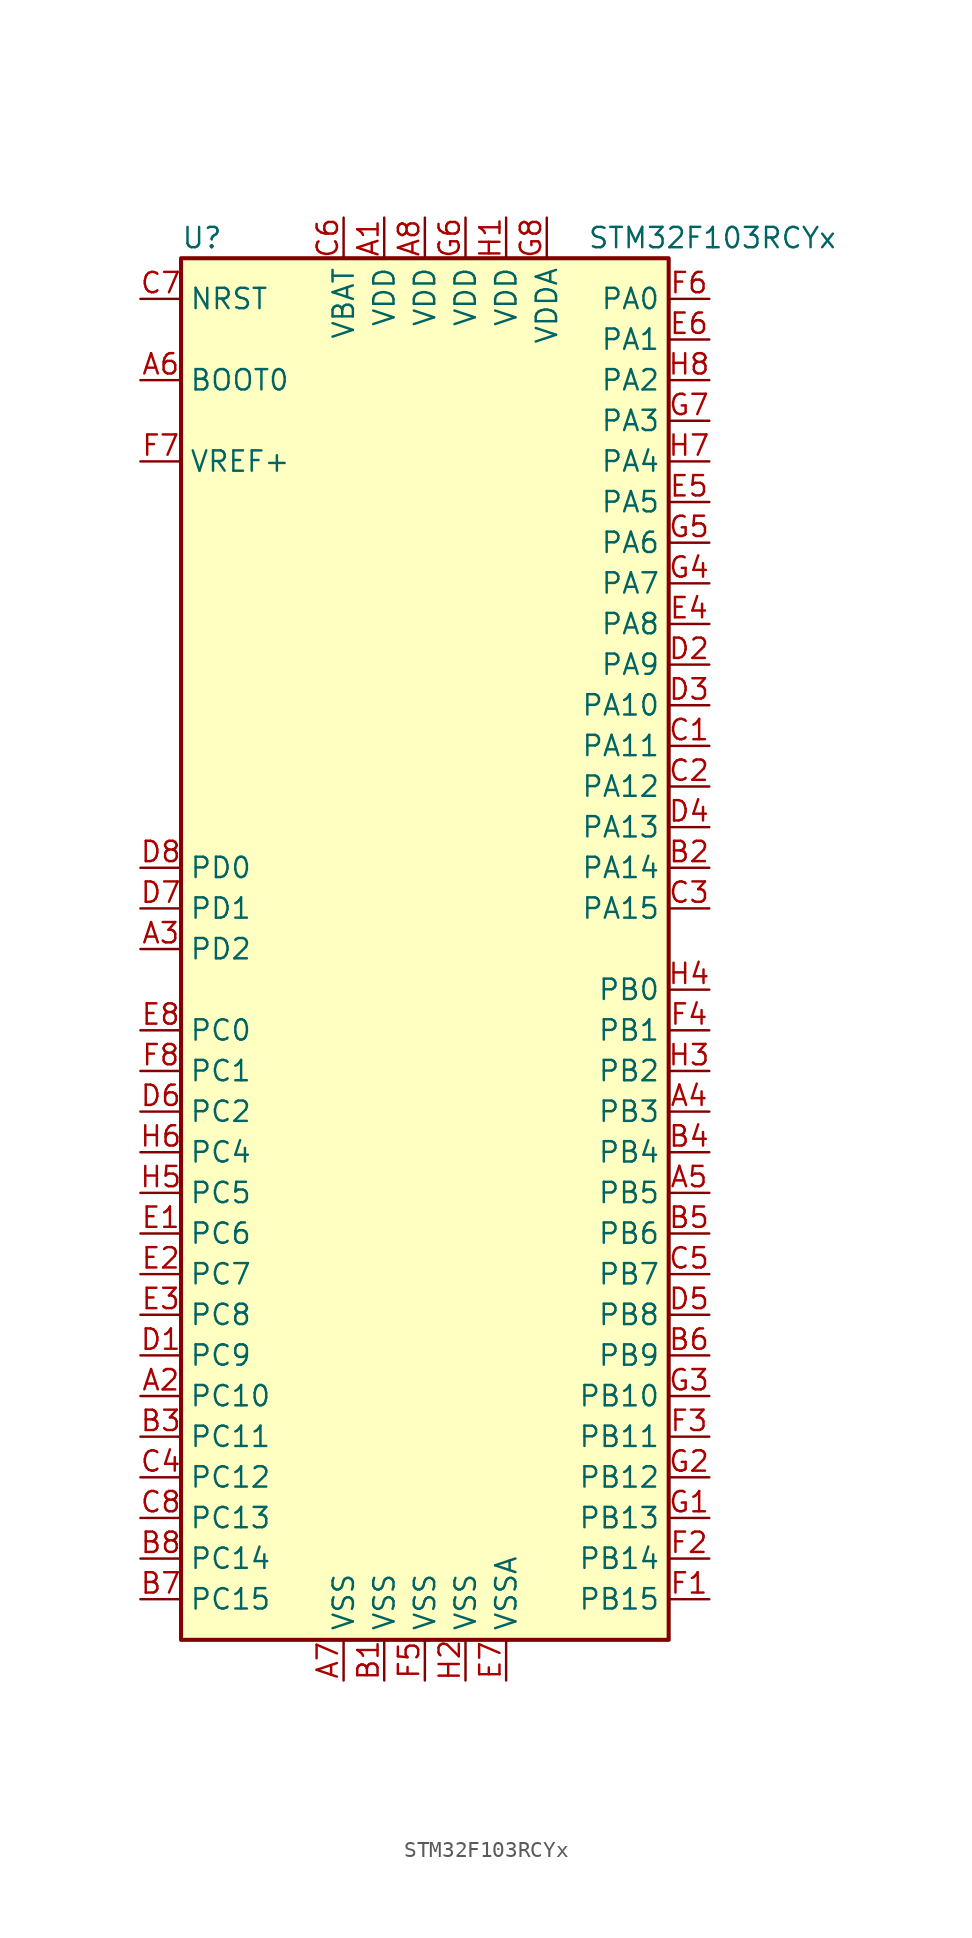
<source format=kicad_sym>
(kicad_symbol_lib
  (version 20211014)
  (generator kicad_symbol_editor)
  (symbol "STM32F103RCYx"
    (property "Reference" "U"
      (at -15.24 44.45 0)
      (effects (font (size 1.27 1.27)) (justify left)))
    (property "Value" "STM32F103RCYx"
      (at 10.16 44.45 0)
      (effects (font (size 1.27 1.27)) (justify left)))
    (symbol "STM32F103RCYx_0_1"
      (rectangle (start -15.24 -43.18) (end 15.24 43.18) (stroke (width 0.254) (type default) (color 0 0 0 0)) (fill (type background))))
    (symbol "STM32F103RCYx_1_1"
      (pin power_in line (at -2.54 45.72 270) (length 2.54) (name "VDD" (effects (font (size 1.27 1.27)))) (number "A1" (effects (font (size 1.27 1.27)))))
      (pin bidirectional line (at -17.78 -27.94 0) (length 2.54) (name "PC10" (effects (font (size 1.27 1.27)))) (number "A2" (effects (font (size 1.27 1.27)))))
      (pin bidirectional line (at -17.78 0 0) (length 2.54) (name "PD2" (effects (font (size 1.27 1.27)))) (number "A3" (effects (font (size 1.27 1.27)))))
      (pin bidirectional line (at 17.78 -10.16 180) (length 2.54) (name "PB3" (effects (font (size 1.27 1.27)))) (number "A4" (effects (font (size 1.27 1.27)))))
      (pin bidirectional line (at 17.78 -15.24 180) (length 2.54) (name "PB5" (effects (font (size 1.27 1.27)))) (number "A5" (effects (font (size 1.27 1.27)))))
      (pin input line (at -17.78 35.56 0) (length 2.54) (name "BOOT0" (effects (font (size 1.27 1.27)))) (number "A6" (effects (font (size 1.27 1.27)))))
      (pin power_in line (at -5.08 -45.72 90) (length 2.54) (name "VSS" (effects (font (size 1.27 1.27)))) (number "A7" (effects (font (size 1.27 1.27)))))
      (pin power_in line (at 0 45.72 270) (length 2.54) (name "VDD" (effects (font (size 1.27 1.27)))) (number "A8" (effects (font (size 1.27 1.27)))))
      (pin power_in line (at -2.54 -45.72 90) (length 2.54) (name "VSS" (effects (font (size 1.27 1.27)))) (number "B1" (effects (font (size 1.27 1.27)))))
      (pin bidirectional line (at 17.78 5.08 180) (length 2.54) (name "PA14" (effects (font (size 1.27 1.27)))) (number "B2" (effects (font (size 1.27 1.27)))))
      (pin bidirectional line (at -17.78 -30.48 0) (length 2.54) (name "PC11" (effects (font (size 1.27 1.27)))) (number "B3" (effects (font (size 1.27 1.27)))))
      (pin bidirectional line (at 17.78 -12.7 180) (length 2.54) (name "PB4" (effects (font (size 1.27 1.27)))) (number "B4" (effects (font (size 1.27 1.27)))))
      (pin bidirectional line (at 17.78 -17.78 180) (length 2.54) (name "PB6" (effects (font (size 1.27 1.27)))) (number "B5" (effects (font (size 1.27 1.27)))))
      (pin bidirectional line (at 17.78 -25.4 180) (length 2.54) (name "PB9" (effects (font (size 1.27 1.27)))) (number "B6" (effects (font (size 1.27 1.27)))))
      (pin bidirectional line (at -17.78 -40.64 0) (length 2.54) (name "PC15" (effects (font (size 1.27 1.27)))) (number "B7" (effects (font (size 1.27 1.27)))))
      (pin bidirectional line (at -17.78 -38.1 0) (length 2.54) (name "PC14" (effects (font (size 1.27 1.27)))) (number "B8" (effects (font (size 1.27 1.27)))))
      (pin bidirectional line (at 17.78 12.7 180) (length 2.54) (name "PA11" (effects (font (size 1.27 1.27)))) (number "C1" (effects (font (size 1.27 1.27)))))
      (pin bidirectional line (at 17.78 10.16 180) (length 2.54) (name "PA12" (effects (font (size 1.27 1.27)))) (number "C2" (effects (font (size 1.27 1.27)))))
      (pin bidirectional line (at 17.78 2.54 180) (length 2.54) (name "PA15" (effects (font (size 1.27 1.27)))) (number "C3" (effects (font (size 1.27 1.27)))))
      (pin bidirectional line (at -17.78 -33.02 0) (length 2.54) (name "PC12" (effects (font (size 1.27 1.27)))) (number "C4" (effects (font (size 1.27 1.27)))))
      (pin bidirectional line (at 17.78 -20.32 180) (length 2.54) (name "PB7" (effects (font (size 1.27 1.27)))) (number "C5" (effects (font (size 1.27 1.27)))))
      (pin power_in line (at -5.08 45.72 270) (length 2.54) (name "VBAT" (effects (font (size 1.27 1.27)))) (number "C6" (effects (font (size 1.27 1.27)))))
      (pin input line (at -17.78 40.64 0) (length 2.54) (name "NRST" (effects (font (size 1.27 1.27)))) (number "C7" (effects (font (size 1.27 1.27)))))
      (pin bidirectional line (at -17.78 -35.56 0) (length 2.54) (name "PC13" (effects (font (size 1.27 1.27)))) (number "C8" (effects (font (size 1.27 1.27)))))
      (pin bidirectional line (at -17.78 -25.4 0) (length 2.54) (name "PC9" (effects (font (size 1.27 1.27)))) (number "D1" (effects (font (size 1.27 1.27)))))
      (pin bidirectional line (at 17.78 17.78 180) (length 2.54) (name "PA9" (effects (font (size 1.27 1.27)))) (number "D2" (effects (font (size 1.27 1.27)))))
      (pin bidirectional line (at 17.78 15.24 180) (length 2.54) (name "PA10" (effects (font (size 1.27 1.27)))) (number "D3" (effects (font (size 1.27 1.27)))))
      (pin bidirectional line (at 17.78 7.62 180) (length 2.54) (name "PA13" (effects (font (size 1.27 1.27)))) (number "D4" (effects (font (size 1.27 1.27)))))
      (pin bidirectional line (at 17.78 -22.86 180) (length 2.54) (name "PB8" (effects (font (size 1.27 1.27)))) (number "D5" (effects (font (size 1.27 1.27)))))
      (pin bidirectional line (at -17.78 -10.16 0) (length 2.54) (name "PC2" (effects (font (size 1.27 1.27)))) (number "D6" (effects (font (size 1.27 1.27)))))
      (pin input line (at -17.78 2.54 0) (length 2.54) (name "PD1" (effects (font (size 1.27 1.27)))) (number "D7" (effects (font (size 1.27 1.27)))))
      (pin input line (at -17.78 5.08 0) (length 2.54) (name "PD0" (effects (font (size 1.27 1.27)))) (number "D8" (effects (font (size 1.27 1.27)))))
      (pin bidirectional line (at -17.78 -17.78 0) (length 2.54) (name "PC6" (effects (font (size 1.27 1.27)))) (number "E1" (effects (font (size 1.27 1.27)))))
      (pin bidirectional line (at -17.78 -20.32 0) (length 2.54) (name "PC7" (effects (font (size 1.27 1.27)))) (number "E2" (effects (font (size 1.27 1.27)))))
      (pin bidirectional line (at -17.78 -22.86 0) (length 2.54) (name "PC8" (effects (font (size 1.27 1.27)))) (number "E3" (effects (font (size 1.27 1.27)))))
      (pin bidirectional line (at 17.78 20.32 180) (length 2.54) (name "PA8" (effects (font (size 1.27 1.27)))) (number "E4" (effects (font (size 1.27 1.27)))))
      (pin bidirectional line (at 17.78 27.94 180) (length 2.54) (name "PA5" (effects (font (size 1.27 1.27)))) (number "E5" (effects (font (size 1.27 1.27)))))
      (pin bidirectional line (at 17.78 38.1 180) (length 2.54) (name "PA1" (effects (font (size 1.27 1.27)))) (number "E6" (effects (font (size 1.27 1.27)))))
      (pin power_in line (at 5.08 -45.72 90) (length 2.54) (name "VSSA" (effects (font (size 1.27 1.27)))) (number "E7" (effects (font (size 1.27 1.27)))))
      (pin bidirectional line (at -17.78 -5.08 0) (length 2.54) (name "PC0" (effects (font (size 1.27 1.27)))) (number "E8" (effects (font (size 1.27 1.27)))))
      (pin bidirectional line (at 17.78 -40.64 180) (length 2.54) (name "PB15" (effects (font (size 1.27 1.27)))) (number "F1" (effects (font (size 1.27 1.27)))))
      (pin bidirectional line (at 17.78 -38.1 180) (length 2.54) (name "PB14" (effects (font (size 1.27 1.27)))) (number "F2" (effects (font (size 1.27 1.27)))))
      (pin bidirectional line (at 17.78 -30.48 180) (length 2.54) (name "PB11" (effects (font (size 1.27 1.27)))) (number "F3" (effects (font (size 1.27 1.27)))))
      (pin bidirectional line (at 17.78 -5.08 180) (length 2.54) (name "PB1" (effects (font (size 1.27 1.27)))) (number "F4" (effects (font (size 1.27 1.27)))))
      (pin power_in line (at 0 -45.72 90) (length 2.54) (name "VSS" (effects (font (size 1.27 1.27)))) (number "F5" (effects (font (size 1.27 1.27)))))
      (pin bidirectional line (at 17.78 40.64 180) (length 2.54) (name "PA0" (effects (font (size 1.27 1.27)))) (number "F6" (effects (font (size 1.27 1.27)))))
      (pin power_in line (at -17.78 30.48 0) (length 2.54) (name "VREF+" (effects (font (size 1.27 1.27)))) (number "F7" (effects (font (size 1.27 1.27)))))
      (pin bidirectional line (at -17.78 -7.62 0) (length 2.54) (name "PC1" (effects (font (size 1.27 1.27)))) (number "F8" (effects (font (size 1.27 1.27)))))
      (pin bidirectional line (at 17.78 -35.56 180) (length 2.54) (name "PB13" (effects (font (size 1.27 1.27)))) (number "G1" (effects (font (size 1.27 1.27)))))
      (pin bidirectional line (at 17.78 -33.02 180) (length 2.54) (name "PB12" (effects (font (size 1.27 1.27)))) (number "G2" (effects (font (size 1.27 1.27)))))
      (pin bidirectional line (at 17.78 -27.94 180) (length 2.54) (name "PB10" (effects (font (size 1.27 1.27)))) (number "G3" (effects (font (size 1.27 1.27)))))
      (pin bidirectional line (at 17.78 22.86 180) (length 2.54) (name "PA7" (effects (font (size 1.27 1.27)))) (number "G4" (effects (font (size 1.27 1.27)))))
      (pin bidirectional line (at 17.78 25.4 180) (length 2.54) (name "PA6" (effects (font (size 1.27 1.27)))) (number "G5" (effects (font (size 1.27 1.27)))))
      (pin power_in line (at 2.54 45.72 270) (length 2.54) (name "VDD" (effects (font (size 1.27 1.27)))) (number "G6" (effects (font (size 1.27 1.27)))))
      (pin bidirectional line (at 17.78 33.02 180) (length 2.54) (name "PA3" (effects (font (size 1.27 1.27)))) (number "G7" (effects (font (size 1.27 1.27)))))
      (pin power_in line (at 7.62 45.72 270) (length 2.54) (name "VDDA" (effects (font (size 1.27 1.27)))) (number "G8" (effects (font (size 1.27 1.27)))))
      (pin power_in line (at 5.08 45.72 270) (length 2.54) (name "VDD" (effects (font (size 1.27 1.27)))) (number "H1" (effects (font (size 1.27 1.27)))))
      (pin power_in line (at 2.54 -45.72 90) (length 2.54) (name "VSS" (effects (font (size 1.27 1.27)))) (number "H2" (effects (font (size 1.27 1.27)))))
      (pin bidirectional line (at 17.78 -7.62 180) (length 2.54) (name "PB2" (effects (font (size 1.27 1.27)))) (number "H3" (effects (font (size 1.27 1.27)))))
      (pin bidirectional line (at 17.78 -2.54 180) (length 2.54) (name "PB0" (effects (font (size 1.27 1.27)))) (number "H4" (effects (font (size 1.27 1.27)))))
      (pin bidirectional line (at -17.78 -15.24 0) (length 2.54) (name "PC5" (effects (font (size 1.27 1.27)))) (number "H5" (effects (font (size 1.27 1.27)))))
      (pin bidirectional line (at -17.78 -12.7 0) (length 2.54) (name "PC4" (effects (font (size 1.27 1.27)))) (number "H6" (effects (font (size 1.27 1.27)))))
      (pin bidirectional line (at 17.78 30.48 180) (length 2.54) (name "PA4" (effects (font (size 1.27 1.27)))) (number "H7" (effects (font (size 1.27 1.27)))))
      (pin bidirectional line (at 17.78 35.56 180) (length 2.54) (name "PA2" (effects (font (size 1.27 1.27)))) (number "H8" (effects (font (size 1.27 1.27))))))))
</source>
